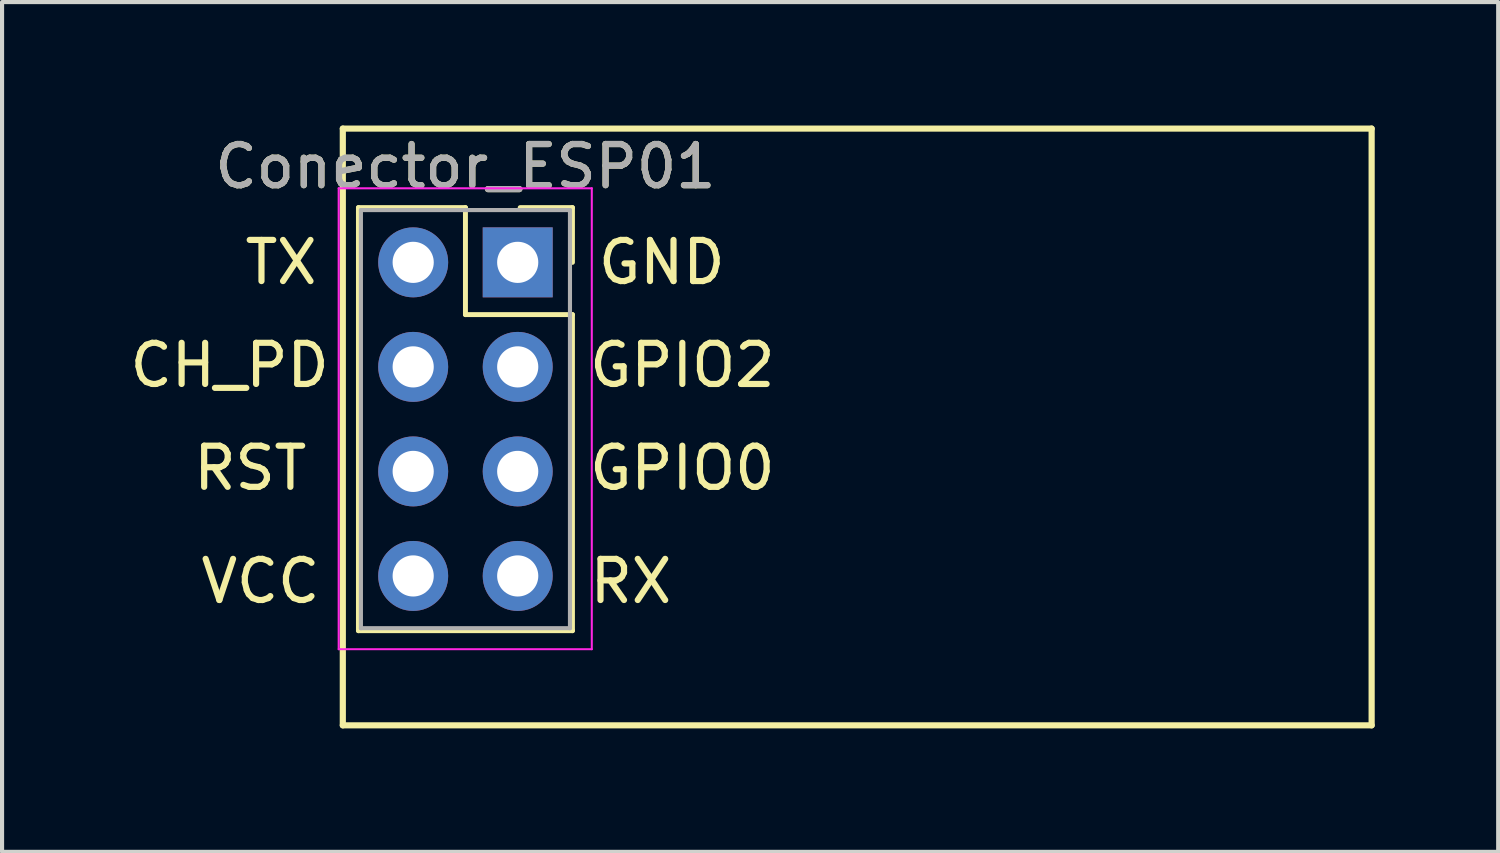
<source format=kicad_pcb>
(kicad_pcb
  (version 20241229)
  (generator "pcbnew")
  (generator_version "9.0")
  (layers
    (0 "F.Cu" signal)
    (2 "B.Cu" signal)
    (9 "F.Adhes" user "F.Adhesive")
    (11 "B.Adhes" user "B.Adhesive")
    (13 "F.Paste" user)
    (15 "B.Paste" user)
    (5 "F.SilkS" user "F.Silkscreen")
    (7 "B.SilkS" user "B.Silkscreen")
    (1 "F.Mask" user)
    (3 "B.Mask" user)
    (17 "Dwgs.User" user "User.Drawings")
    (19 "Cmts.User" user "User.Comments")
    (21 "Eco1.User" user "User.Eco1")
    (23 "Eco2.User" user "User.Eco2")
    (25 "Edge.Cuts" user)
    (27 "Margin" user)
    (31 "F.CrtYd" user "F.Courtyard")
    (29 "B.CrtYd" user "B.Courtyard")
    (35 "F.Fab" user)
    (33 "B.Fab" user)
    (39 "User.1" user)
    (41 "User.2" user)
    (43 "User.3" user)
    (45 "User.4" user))
  (footprint "Conector_ESP01"
    (layer "F.Cu")
    (at 9.53 3.325)
    (property "Reference" "Conector_ESP01" (at -1.27 -2.33 0) (layer "F.SilkS") (effects (font (size 1 1) (thickness 0.15))))
    (attr through_hole)
    (fp_line (start -4.25 -3.25) (end -4.25 11.25) (stroke (width 0.15) (type solid)) (layer "F.SilkS"))
    (fp_line (start -4.25 11.25) (end 20.75 11.25) (stroke (width 0.15) (type solid)) (layer "F.SilkS"))
    (fp_line (start -3.87 -1.33) (end -1.27 -1.33) (stroke (width 0.12) (type solid)) (layer "F.SilkS"))
    (fp_line (start -3.87 8.95) (end -3.87 -1.33) (stroke (width 0.12) (type solid)) (layer "F.SilkS"))
    (fp_line (start -1.27 -1.33) (end -1.27 1.27) (stroke (width 0.12) (type solid)) (layer "F.SilkS"))
    (fp_line (start -1.27 1.27) (end 1.33 1.27) (stroke (width 0.12) (type solid)) (layer "F.SilkS"))
    (fp_line (start 1.33 -1.33) (end 0.06 -1.33) (stroke (width 0.12) (type solid)) (layer "F.SilkS"))
    (fp_line (start 1.33 0) (end 1.33 -1.33) (stroke (width 0.12) (type solid)) (layer "F.SilkS"))
    (fp_line (start 1.33 1.27) (end 1.33 8.95) (stroke (width 0.12) (type solid)) (layer "F.SilkS"))
    (fp_line (start 1.33 8.95) (end -3.87 8.95) (stroke (width 0.12) (type solid)) (layer "F.SilkS"))
    (fp_line (start 20.75 -3.25) (end -4.25 -3.25) (stroke (width 0.15) (type solid)) (layer "F.SilkS"))
    (fp_line (start 20.75 11.25) (end 20.75 -3.25) (stroke (width 0.15) (type solid)) (layer "F.SilkS"))
    (fp_line (start -4.35 -1.8) (end -4.35 9.4) (stroke (width 0.05) (type solid)) (layer "F.CrtYd"))
    (fp_line (start -4.35 9.4) (end 1.8 9.4) (stroke (width 0.05) (type solid)) (layer "F.CrtYd"))
    (fp_line (start 1.8 -1.8) (end -4.35 -1.8) (stroke (width 0.05) (type solid)) (layer "F.CrtYd"))
    (fp_line (start 1.8 9.4) (end 1.8 -1.8) (stroke (width 0.05) (type solid)) (layer "F.CrtYd"))
    (fp_line (start -3.81 -1.27) (end -3.81 8.89) (stroke (width 0.1) (type solid)) (layer "F.Fab"))
    (fp_line (start -3.81 8.89) (end 1.27 8.89) (stroke (width 0.1) (type solid)) (layer "F.Fab"))
    (fp_line (start 1.27 -1.27) (end -3.81 -1.27) (stroke (width 0.1) (type solid)) (layer "F.Fab"))
    (fp_line (start 1.27 8.89) (end 1.27 -1.27) (stroke (width 0.1) (type solid)) (layer "F.Fab"))
    (fp_text user "CH_PD" (at -7 2.5 0) (layer "F.SilkS") (effects (font (size 1 1) (thickness 0.15))))
    (fp_text user "RX" (at 2.75 7.75 0) (layer "F.SilkS") (effects (font (size 1 1) (thickness 0.15))))
    (fp_text user "RST" (at -6.5 5 0) (layer "F.SilkS") (effects (font (size 1 1) (thickness 0.15))))
    (fp_text user "VCC" (at -6.25 7.75 0) (layer "F.SilkS") (effects (font (size 1 1) (thickness 0.15))))
    (fp_text user "GND" (at 3.5 0 0) (layer "F.SilkS") (effects (font (size 1 1) (thickness 0.15))))
    (fp_text user "GPIO2" (at 4 2.5 0) (layer "F.SilkS") (effects (font (size 1 1) (thickness 0.15))))
    (fp_text user "GPIO0" (at 4 5 0) (layer "F.SilkS") (effects (font (size 1 1) (thickness 0.15))))
    (fp_text user "TX" (at -5.75 0 0) (layer "F.SilkS") (effects (font (size 1 1) (thickness 0.15))))
    (fp_text user "${REFERENCE}" (at -1.27 -2.33 0) (layer "F.Fab") (effects (font (size 1 1) (thickness 0.15))))
    (pad "1" thru_hole rect (at 0 0) (size 1.7 1.7) (drill 1) (layers "*.Cu" "*.Mask"))
    (pad "2" thru_hole oval (at -2.54 0) (size 1.7 1.7) (drill 1) (layers "*.Cu" "*.Mask"))
    (pad "3" thru_hole oval (at 0 2.54) (size 1.7 1.7) (drill 1) (layers "*.Cu" "*.Mask"))
    (pad "4" thru_hole oval (at -2.54 2.54) (size 1.7 1.7) (drill 1) (layers "*.Cu" "*.Mask"))
    (pad "5" thru_hole oval (at 0 5.08) (size 1.7 1.7) (drill 1) (layers "*.Cu" "*.Mask"))
    (pad "6" thru_hole oval (at -2.54 5.08) (size 1.7 1.7) (drill 1) (layers "*.Cu" "*.Mask"))
    (pad "7" thru_hole oval (at 0 7.62) (size 1.7 1.7) (drill 1) (layers "*.Cu" "*.Mask"))
    (pad "8" thru_hole oval (at -2.54 7.62) (size 1.7 1.7) (drill 1) (layers "*.Cu" "*.Mask")))
  (gr_rect
    (start -3 -3)
    (end 33.355 17.65)
    (stroke (width 0.1) (type default))
    (fill no)
    (layer "Edge.Cuts")))
</source>
